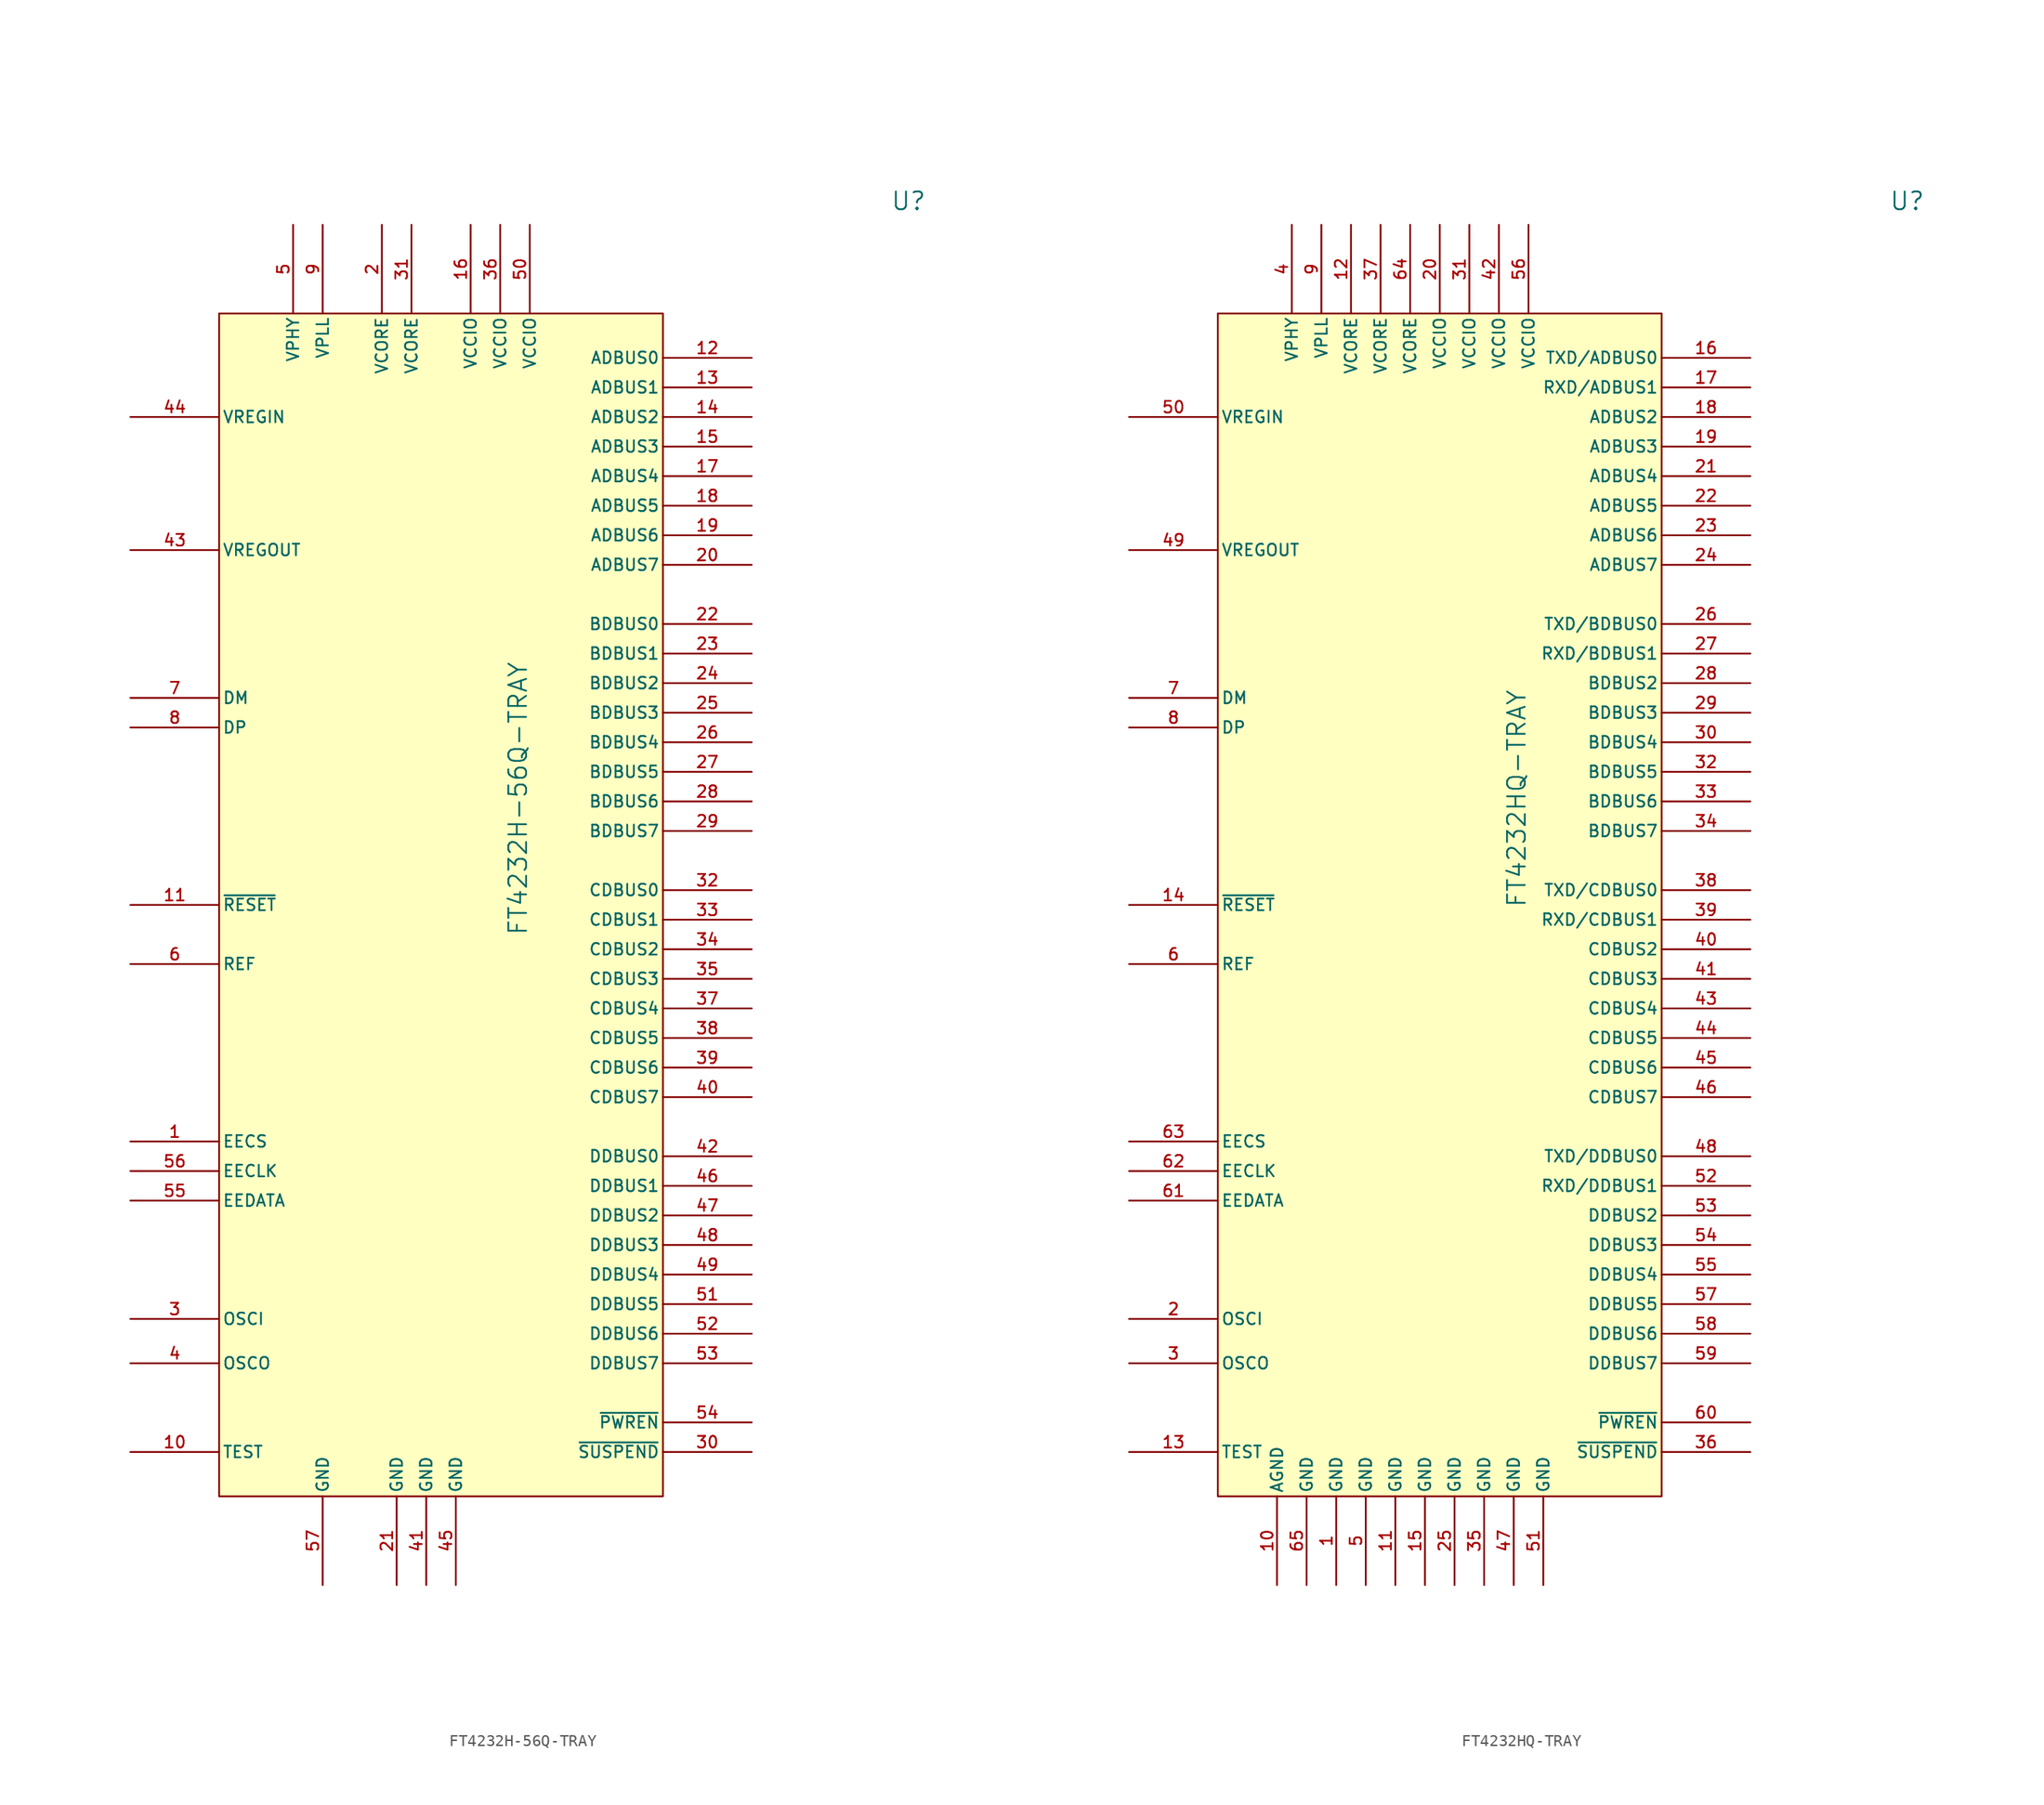
<source format=kicad_sym>
(kicad_symbol_lib
  (version 20241209)
  (generator "kicad_symbol_editor")
  (generator_version "9.0")
  (symbol "FT4232H-56Q-TRAY"
    (pin_names
      (offset 0.254))
    (property "Reference" "U"
      (at 43.942 68.072 0)
      (effects (font (size 1.524 1.524))))
    (property "Value" "FT4232H-56Q-TRAY"
      (at 10.414 16.764 90)
      (effects (font (size 1.524 1.524))))
    (symbol "FT4232H-56Q-TRAY_0_1"
      (pin power_in line (at -22.86 49.53 0) (length 7.62) (name "VREGIN" (effects (font (size 1. 1.)))) (number "44" (effects (font (size 1. 1.)))))
      (pin power_in line (at -22.86 38.1 0) (length 7.62) (name "VREGOUT" (effects (font (size 1. 1.)))) (number "43" (effects (font (size 1. 1.)))))
      (pin input line (at -22.86 25.4 0) (length 7.62) (name "DM" (effects (font (size 1. 1.)))) (number "7" (effects (font (size 1. 1.)))))
      (pin input line (at -22.86 22.86 0) (length 7.62) (name "DP" (effects (font (size 1. 1.)))) (number "8" (effects (font (size 1. 1.)))))
      (pin input line (at -22.86 2.54 0) (length 7.62) (name "REF" (effects (font (size 1. 1.)))) (number "6" (effects (font (size 1. 1.)))))
      (pin bidirectional line (at -22.86 -12.7 0) (length 7.62) (name "EECS" (effects (font (size 1. 1.)))) (number "1" (effects (font (size 1. 1.)))))
      (pin output line (at -22.86 -15.24 0) (length 7.62) (name "EECLK" (effects (font (size 1. 1.)))) (number "56" (effects (font (size 1. 1.)))))
      (pin bidirectional line (at -22.86 -17.78 0) (length 7.62) (name "EEDATA" (effects (font (size 1. 1.)))) (number "55" (effects (font (size 1. 1.)))))
      (pin input line (at -22.86 -27.94 0) (length 7.62) (name "OSCI" (effects (font (size 1. 1.)))) (number "3" (effects (font (size 1. 1.)))))
      (pin output line (at -22.86 -31.75 0) (length 7.62) (name "OSCO" (effects (font (size 1. 1.)))) (number "4" (effects (font (size 1. 1.)))))
      (pin input line (at -22.86 -39.37 0) (length 7.62) (name "TEST" (effects (font (size 1. 1.)))) (number "10" (effects (font (size 1. 1.)))))
      (pin power_in line (at -8.89 66.04 270) (length 7.62) (name "VPHY" (effects (font (size 1. 1.)))) (number "5" (effects (font (size 1. 1.)))))
      (pin power_in line (at -6.35 66.04 270) (length 7.62) (name "VPLL" (effects (font (size 1. 1.)))) (number "9" (effects (font (size 1. 1.)))))
      (pin power_out line (at -6.35 -50.8 90) (length 7.62) (name "GND" (effects (font (size 1. 1.)))) (number "57" (effects (font (size 1. 1.)))))
      (pin power_in line (at -1.27 66.04 270) (length 7.62) (name "VCORE" (effects (font (size 1. 1.)))) (number "2" (effects (font (size 1. 1.)))))
      (pin power_out line (at 0 -50.8 90) (length 7.62) (name "GND" (effects (font (size 1. 1.)))) (number "21" (effects (font (size 1. 1.)))))
      (pin power_in line (at 1.27 66.04 270) (length 7.62) (name "VCORE" (effects (font (size 1. 1.)))) (number "31" (effects (font (size 1. 1.)))))
      (pin power_out line (at 2.54 -50.8 90) (length 7.62) (name "GND" (effects (font (size 1. 1.)))) (number "41" (effects (font (size 1. 1.)))))
      (pin power_out line (at 5.08 -50.8 90) (length 7.62) (name "GND" (effects (font (size 1. 1.)))) (number "45" (effects (font (size 1. 1.)))))
      (pin power_in line (at 6.35 66.04 270) (length 7.62) (name "VCCIO" (effects (font (size 1. 1.)))) (number "16" (effects (font (size 1. 1.)))))
      (pin power_in line (at 8.89 66.04 270) (length 7.62) (name "VCCIO" (effects (font (size 1. 1.)))) (number "36" (effects (font (size 1. 1.)))))
      (pin power_in line (at 11.43 66.04 270) (length 7.62) (name "VCCIO" (effects (font (size 1. 1.)))) (number "50" (effects (font (size 1. 1.)))))
      (pin bidirectional line (at 30.48 54.61 180) (length 7.62) (name "ADBUS0" (effects (font (size 1. 1.)))) (number "12" (effects (font (size 1. 1.)))))
      (pin bidirectional line (at 30.48 52.07 180) (length 7.62) (name "ADBUS1" (effects (font (size 1. 1.)))) (number "13" (effects (font (size 1. 1.)))))
      (pin bidirectional line (at 30.48 49.53 180) (length 7.62) (name "ADBUS2" (effects (font (size 1. 1.)))) (number "14" (effects (font (size 1. 1.)))))
      (pin bidirectional line (at 30.48 46.99 180) (length 7.62) (name "ADBUS3" (effects (font (size 1. 1.)))) (number "15" (effects (font (size 1. 1.)))))
      (pin bidirectional line (at 30.48 44.45 180) (length 7.62) (name "ADBUS4" (effects (font (size 1. 1.)))) (number "17" (effects (font (size 1. 1.)))))
      (pin bidirectional line (at 30.48 41.91 180) (length 7.62) (name "ADBUS5" (effects (font (size 1. 1.)))) (number "18" (effects (font (size 1. 1.)))))
      (pin bidirectional line (at 30.48 39.37 180) (length 7.62) (name "ADBUS6" (effects (font (size 1. 1.)))) (number "19" (effects (font (size 1. 1.)))))
      (pin bidirectional line (at 30.48 36.83 180) (length 7.62) (name "ADBUS7" (effects (font (size 1. 1.)))) (number "20" (effects (font (size 1. 1.)))))
      (pin bidirectional line (at 30.48 31.75 180) (length 7.62) (name "BDBUS0" (effects (font (size 1. 1.)))) (number "22" (effects (font (size 1. 1.)))))
      (pin bidirectional line (at 30.48 29.21 180) (length 7.62) (name "BDBUS1" (effects (font (size 1. 1.)))) (number "23" (effects (font (size 1. 1.)))))
      (pin bidirectional line (at 30.48 26.67 180) (length 7.62) (name "BDBUS2" (effects (font (size 1. 1.)))) (number "24" (effects (font (size 1. 1.)))))
      (pin bidirectional line (at 30.48 24.13 180) (length 7.62) (name "BDBUS3" (effects (font (size 1. 1.)))) (number "25" (effects (font (size 1. 1.)))))
      (pin bidirectional line (at 30.48 21.59 180) (length 7.62) (name "BDBUS4" (effects (font (size 1. 1.)))) (number "26" (effects (font (size 1. 1.)))))
      (pin bidirectional line (at 30.48 19.05 180) (length 7.62) (name "BDBUS5" (effects (font (size 1. 1.)))) (number "27" (effects (font (size 1. 1.)))))
      (pin bidirectional line (at 30.48 16.51 180) (length 7.62) (name "BDBUS6" (effects (font (size 1. 1.)))) (number "28" (effects (font (size 1. 1.)))))
      (pin bidirectional line (at 30.48 13.97 180) (length 7.62) (name "BDBUS7" (effects (font (size 1. 1.)))) (number "29" (effects (font (size 1. 1.)))))
      (pin bidirectional line (at 30.48 8.89 180) (length 7.62) (name "CDBUS0" (effects (font (size 1. 1.)))) (number "32" (effects (font (size 1. 1.)))))
      (pin bidirectional line (at 30.48 6.35 180) (length 7.62) (name "CDBUS1" (effects (font (size 1. 1.)))) (number "33" (effects (font (size 1. 1.)))))
      (pin bidirectional line (at 30.48 3.81 180) (length 7.62) (name "CDBUS2" (effects (font (size 1. 1.)))) (number "34" (effects (font (size 1. 1.)))))
      (pin bidirectional line (at 30.48 1.27 180) (length 7.62) (name "CDBUS3" (effects (font (size 1. 1.)))) (number "35" (effects (font (size 1. 1.)))))
      (pin bidirectional line (at 30.48 -1.27 180) (length 7.62) (name "CDBUS4" (effects (font (size 1. 1.)))) (number "37" (effects (font (size 1. 1.)))))
      (pin bidirectional line (at 30.48 -3.81 180) (length 7.62) (name "CDBUS5" (effects (font (size 1. 1.)))) (number "38" (effects (font (size 1. 1.)))))
      (pin bidirectional line (at 30.48 -6.35 180) (length 7.62) (name "CDBUS6" (effects (font (size 1. 1.)))) (number "39" (effects (font (size 1. 1.)))))
      (pin bidirectional line (at 30.48 -8.89 180) (length 7.62) (name "CDBUS7" (effects (font (size 1. 1.)))) (number "40" (effects (font (size 1. 1.)))))
      (pin bidirectional line (at 30.48 -13.97 180) (length 7.62) (name "DDBUS0" (effects (font (size 1. 1.)))) (number "42" (effects (font (size 1. 1.)))))
      (pin bidirectional line (at 30.48 -16.51 180) (length 7.62) (name "DDBUS1" (effects (font (size 1. 1.)))) (number "46" (effects (font (size 1. 1.)))))
      (pin bidirectional line (at 30.48 -19.05 180) (length 7.62) (name "DDBUS2" (effects (font (size 1. 1.)))) (number "47" (effects (font (size 1. 1.)))))
      (pin bidirectional line (at 30.48 -21.59 180) (length 7.62) (name "DDBUS3" (effects (font (size 1. 1.)))) (number "48" (effects (font (size 1. 1.)))))
      (pin bidirectional line (at 30.48 -24.13 180) (length 7.62) (name "DDBUS4" (effects (font (size 1. 1.)))) (number "49" (effects (font (size 1. 1.)))))
      (pin bidirectional line (at 30.48 -26.67 180) (length 7.62) (name "DDBUS5" (effects (font (size 1. 1.)))) (number "51" (effects (font (size 1. 1.)))))
      (pin bidirectional line (at 30.48 -29.21 180) (length 7.62) (name "DDBUS6" (effects (font (size 1. 1.)))) (number "52" (effects (font (size 1. 1.)))))
      (pin bidirectional line (at 30.48 -31.75 180) (length 7.62) (name "DDBUS7" (effects (font (size 1. 1.)))) (number "53" (effects (font (size 1. 1.))))))
    (symbol "FT4232H-56Q-TRAY_1_1"
      (rectangle (start -15.24 58.42) (end 22.86 -43.18) (stroke (width 0) (type default)) (fill (type background)))
      (pin input line (at -22.86 7.62 0) (length 7.62) (name "~{RESET}" (effects (font (size 1. 1.)))) (number "11" (effects (font (size 1. 1.)))))
      (pin output line (at 30.48 -36.83 180) (length 7.62) (name "~{PWREN}" (effects (font (size 1. 1.)))) (number "54" (effects (font (size 1. 1.)))))
      (pin output line (at 30.48 -39.37 180) (length 7.62) (name "~{SUSPEND}" (effects (font (size 1. 1.)))) (number "30" (effects (font (size 1. 1.)))))))
  (symbol "FT4232HQ-TRAY"
    (pin_names
      (offset 0.254))
    (property "Reference" "U"
      (at 43.942 68.072 0)
      (effects (font (size 1.524 1.524))))
    (property "Value" "FT4232HQ-TRAY"
      (at 10.414 16.764 90)
      (effects (font (size 1.524 1.524))))
    (symbol "FT4232HQ-TRAY_0_1"
      (pin input line (at -22.86 25.4 0) (length 7.62) (name "DM" (effects (font (size 1. 1.)))) (number "7" (effects (font (size 1. 1.)))))
      (pin input line (at -22.86 22.86 0) (length 7.62) (name "DP" (effects (font (size 1. 1.)))) (number "8" (effects (font (size 1. 1.)))))
      (pin input line (at -22.86 2.54 0) (length 7.62) (name "REF" (effects (font (size 1. 1.)))) (number "6" (effects (font (size 1. 1.)))))
      (pin power_in line (at -6.35 66.04 270) (length 7.62) (name "VPLL" (effects (font (size 1. 1.)))) (number "9" (effects (font (size 1. 1.))))))
    (symbol "FT4232HQ-TRAY_1_1"
      (rectangle (start -15.24 58.42) (end 22.86 -43.18) (stroke (width 0) (type default)) (fill (type background)))
      (pin power_in line (at -22.86 49.53 0) (length 7.62) (name "VREGIN" (effects (font (size 1. 1.)))) (number "50" (effects (font (size 1. 1.)))))
      (pin power_in line (at -22.86 38.1 0) (length 7.62) (name "VREGOUT" (effects (font (size 1. 1.)))) (number "49" (effects (font (size 1. 1.)))))
      (pin input line (at -22.86 7.62 0) (length 7.62) (name "~{RESET}" (effects (font (size 1. 1.)))) (number "14" (effects (font (size 1. 1.)))))
      (pin bidirectional line (at -22.86 -12.7 0) (length 7.62) (name "EECS" (effects (font (size 1. 1.)))) (number "63" (effects (font (size 1. 1.)))))
      (pin output line (at -22.86 -15.24 0) (length 7.62) (name "EECLK" (effects (font (size 1. 1.)))) (number "62" (effects (font (size 1. 1.)))))
      (pin bidirectional line (at -22.86 -17.78 0) (length 7.62) (name "EEDATA" (effects (font (size 1. 1.)))) (number "61" (effects (font (size 1. 1.)))))
      (pin input line (at -22.86 -27.94 0) (length 7.62) (name "OSCI" (effects (font (size 1. 1.)))) (number "2" (effects (font (size 1. 1.)))))
      (pin output line (at -22.86 -31.75 0) (length 7.62) (name "OSCO" (effects (font (size 1. 1.)))) (number "3" (effects (font (size 1. 1.)))))
      (pin input line (at -22.86 -39.37 0) (length 7.62) (name "TEST" (effects (font (size 1.016 1.016)))) (number "13" (effects (font (size 1. 1.)))))
      (pin power_out line (at -10.16 -50.8 90) (length 7.62) (name "AGND" (effects (font (size 1. 1.)))) (number "10" (effects (font (size 1. 1.)))))
      (pin power_in line (at -8.89 66.04 270) (length 7.62) (name "VPHY" (effects (font (size 1. 1.)))) (number "4" (effects (font (size 1. 1.)))))
      (pin power_out line (at -7.62 -50.8 90) (length 7.62) (name "GND" (effects (font (size 1. 1.)))) (number "65" (effects (font (size 1. 1.)))))
      (pin power_out line (at -5.08 -50.8 90) (length 7.62) (name "GND" (effects (font (size 1. 1.)))) (number "1" (effects (font (size 1. 1.)))))
      (pin power_in line (at -3.81 66.04 270) (length 7.62) (name "VCORE" (effects (font (size 1. 1.)))) (number "12" (effects (font (size 1. 1.)))))
      (pin power_out line (at -2.54 -50.8 90) (length 7.62) (name "GND" (effects (font (size 1. 1.)))) (number "5" (effects (font (size 1. 1.)))))
      (pin power_in line (at -1.27 66.04 270) (length 7.62) (name "VCORE" (effects (font (size 1. 1.)))) (number "37" (effects (font (size 1. 1.)))))
      (pin power_out line (at 0 -50.8 90) (length 7.62) (name "GND" (effects (font (size 1. 1.)))) (number "11" (effects (font (size 1. 1.)))))
      (pin power_in line (at 1.27 66.04 270) (length 7.62) (name "VCORE" (effects (font (size 1. 1.)))) (number "64" (effects (font (size 1. 1.)))))
      (pin power_out line (at 2.54 -50.8 90) (length 7.62) (name "GND" (effects (font (size 1. 1.)))) (number "15" (effects (font (size 1. 1.)))))
      (pin power_in line (at 3.81 66.04 270) (length 7.62) (name "VCCIO" (effects (font (size 1. 1.)))) (number "20" (effects (font (size 1. 1.)))))
      (pin power_out line (at 5.08 -50.8 90) (length 7.62) (name "GND" (effects (font (size 1. 1.)))) (number "25" (effects (font (size 1. 1.)))))
      (pin power_in line (at 6.35 66.04 270) (length 7.62) (name "VCCIO" (effects (font (size 1. 1.)))) (number "31" (effects (font (size 1. 1.)))))
      (pin power_out line (at 7.62 -50.8 90) (length 7.62) (name "GND" (effects (font (size 1. 1.)))) (number "35" (effects (font (size 1. 1.)))))
      (pin power_in line (at 8.89 66.04 270) (length 7.62) (name "VCCIO" (effects (font (size 1. 1.)))) (number "42" (effects (font (size 1. 1.)))))
      (pin power_out line (at 10.16 -50.8 90) (length 7.62) (name "GND" (effects (font (size 1. 1.)))) (number "47" (effects (font (size 1. 1.)))))
      (pin power_in line (at 11.43 66.04 270) (length 7.62) (name "VCCIO" (effects (font (size 1. 1.)))) (number "56" (effects (font (size 1. 1.)))))
      (pin power_out line (at 12.7 -50.8 90) (length 7.62) (name "GND" (effects (font (size 1. 1.)))) (number "51" (effects (font (size 1. 1.)))))
      (pin bidirectional line (at 30.48 54.61 180) (length 7.62) (name "TXD/ADBUS0" (effects (font (size 1. 1.)))) (number "16" (effects (font (size 1. 1.)))))
      (pin bidirectional line (at 30.48 52.07 180) (length 7.62) (name "RXD/ADBUS1" (effects (font (size 1. 1.)))) (number "17" (effects (font (size 1. 1.)))))
      (pin bidirectional line (at 30.48 49.53 180) (length 7.62) (name "ADBUS2" (effects (font (size 1. 1.)))) (number "18" (effects (font (size 1. 1.)))))
      (pin bidirectional line (at 30.48 46.99 180) (length 7.62) (name "ADBUS3" (effects (font (size 1. 1.)))) (number "19" (effects (font (size 1. 1.)))))
      (pin bidirectional line (at 30.48 44.45 180) (length 7.62) (name "ADBUS4" (effects (font (size 1. 1.)))) (number "21" (effects (font (size 1. 1.)))))
      (pin bidirectional line (at 30.48 41.91 180) (length 7.62) (name "ADBUS5" (effects (font (size 1. 1.)))) (number "22" (effects (font (size 1. 1.)))))
      (pin bidirectional line (at 30.48 39.37 180) (length 7.62) (name "ADBUS6" (effects (font (size 1. 1.)))) (number "23" (effects (font (size 1. 1.)))))
      (pin bidirectional line (at 30.48 36.83 180) (length 7.62) (name "ADBUS7" (effects (font (size 1. 1.)))) (number "24" (effects (font (size 1. 1.)))))
      (pin bidirectional line (at 30.48 31.75 180) (length 7.62) (name "TXD/BDBUS0" (effects (font (size 1. 1.)))) (number "26" (effects (font (size 1. 1.)))))
      (pin bidirectional line (at 30.48 29.21 180) (length 7.62) (name "RXD/BDBUS1" (effects (font (size 1. 1.)))) (number "27" (effects (font (size 1. 1.)))))
      (pin bidirectional line (at 30.48 26.67 180) (length 7.62) (name "BDBUS2" (effects (font (size 1. 1.)))) (number "28" (effects (font (size 1. 1.)))))
      (pin bidirectional line (at 30.48 24.13 180) (length 7.62) (name "BDBUS3" (effects (font (size 1. 1.)))) (number "29" (effects (font (size 1. 1.)))))
      (pin bidirectional line (at 30.48 21.59 180) (length 7.62) (name "BDBUS4" (effects (font (size 1. 1.)))) (number "30" (effects (font (size 1. 1.)))))
      (pin bidirectional line (at 30.48 19.05 180) (length 7.62) (name "BDBUS5" (effects (font (size 1. 1.)))) (number "32" (effects (font (size 1. 1.)))))
      (pin bidirectional line (at 30.48 16.51 180) (length 7.62) (name "BDBUS6" (effects (font (size 1. 1.)))) (number "33" (effects (font (size 1. 1.)))))
      (pin bidirectional line (at 30.48 13.97 180) (length 7.62) (name "BDBUS7" (effects (font (size 1. 1.)))) (number "34" (effects (font (size 1. 1.)))))
      (pin bidirectional line (at 30.48 8.89 180) (length 7.62) (name "TXD/CDBUS0" (effects (font (size 1. 1.)))) (number "38" (effects (font (size 1. 1.)))))
      (pin bidirectional line (at 30.48 6.35 180) (length 7.62) (name "RXD/CDBUS1" (effects (font (size 1. 1.)))) (number "39" (effects (font (size 1. 1.)))))
      (pin bidirectional line (at 30.48 3.81 180) (length 7.62) (name "CDBUS2" (effects (font (size 1. 1.)))) (number "40" (effects (font (size 1. 1.)))))
      (pin bidirectional line (at 30.48 1.27 180) (length 7.62) (name "CDBUS3" (effects (font (size 1. 1.)))) (number "41" (effects (font (size 1. 1.)))))
      (pin bidirectional line (at 30.48 -1.27 180) (length 7.62) (name "CDBUS4" (effects (font (size 1. 1.)))) (number "43" (effects (font (size 1. 1.)))))
      (pin bidirectional line (at 30.48 -3.81 180) (length 7.62) (name "CDBUS5" (effects (font (size 1. 1.)))) (number "44" (effects (font (size 1. 1.)))))
      (pin bidirectional line (at 30.48 -6.35 180) (length 7.62) (name "CDBUS6" (effects (font (size 1. 1.)))) (number "45" (effects (font (size 1. 1.)))))
      (pin bidirectional line (at 30.48 -8.89 180) (length 7.62) (name "CDBUS7" (effects (font (size 1. 1.)))) (number "46" (effects (font (size 1. 1.)))))
      (pin bidirectional line (at 30.48 -13.97 180) (length 7.62) (name "TXD/DDBUS0" (effects (font (size 1. 1.)))) (number "48" (effects (font (size 1. 1.)))))
      (pin bidirectional line (at 30.48 -16.51 180) (length 7.62) (name "RXD/DDBUS1" (effects (font (size 1. 1.)))) (number "52" (effects (font (size 1. 1.)))))
      (pin bidirectional line (at 30.48 -19.05 180) (length 7.62) (name "DDBUS2" (effects (font (size 1. 1.)))) (number "53" (effects (font (size 1. 1.)))))
      (pin bidirectional line (at 30.48 -21.59 180) (length 7.62) (name "DDBUS3" (effects (font (size 1. 1.)))) (number "54" (effects (font (size 1. 1.)))))
      (pin bidirectional line (at 30.48 -24.13 180) (length 7.62) (name "DDBUS4" (effects (font (size 1. 1.)))) (number "55" (effects (font (size 1. 1.)))))
      (pin bidirectional line (at 30.48 -26.67 180) (length 7.62) (name "DDBUS5" (effects (font (size 1. 1.)))) (number "57" (effects (font (size 1. 1.)))))
      (pin bidirectional line (at 30.48 -29.21 180) (length 7.62) (name "DDBUS6" (effects (font (size 1. 1.)))) (number "58" (effects (font (size 1. 1.)))))
      (pin bidirectional line (at 30.48 -31.75 180) (length 7.62) (name "DDBUS7" (effects (font (size 1. 1.)))) (number "59" (effects (font (size 1. 1.)))))
      (pin output line (at 30.48 -36.83 180) (length 7.62) (name "~{PWREN}" (effects (font (size 1. 1.)))) (number "60" (effects (font (size 1. 1.)))))
      (pin output line (at 30.48 -39.37 180) (length 7.62) (name "~{SUSPEND}" (effects (font (size 1. 1.)))) (number "36" (effects (font (size 1. 1.))))))))
</source>
